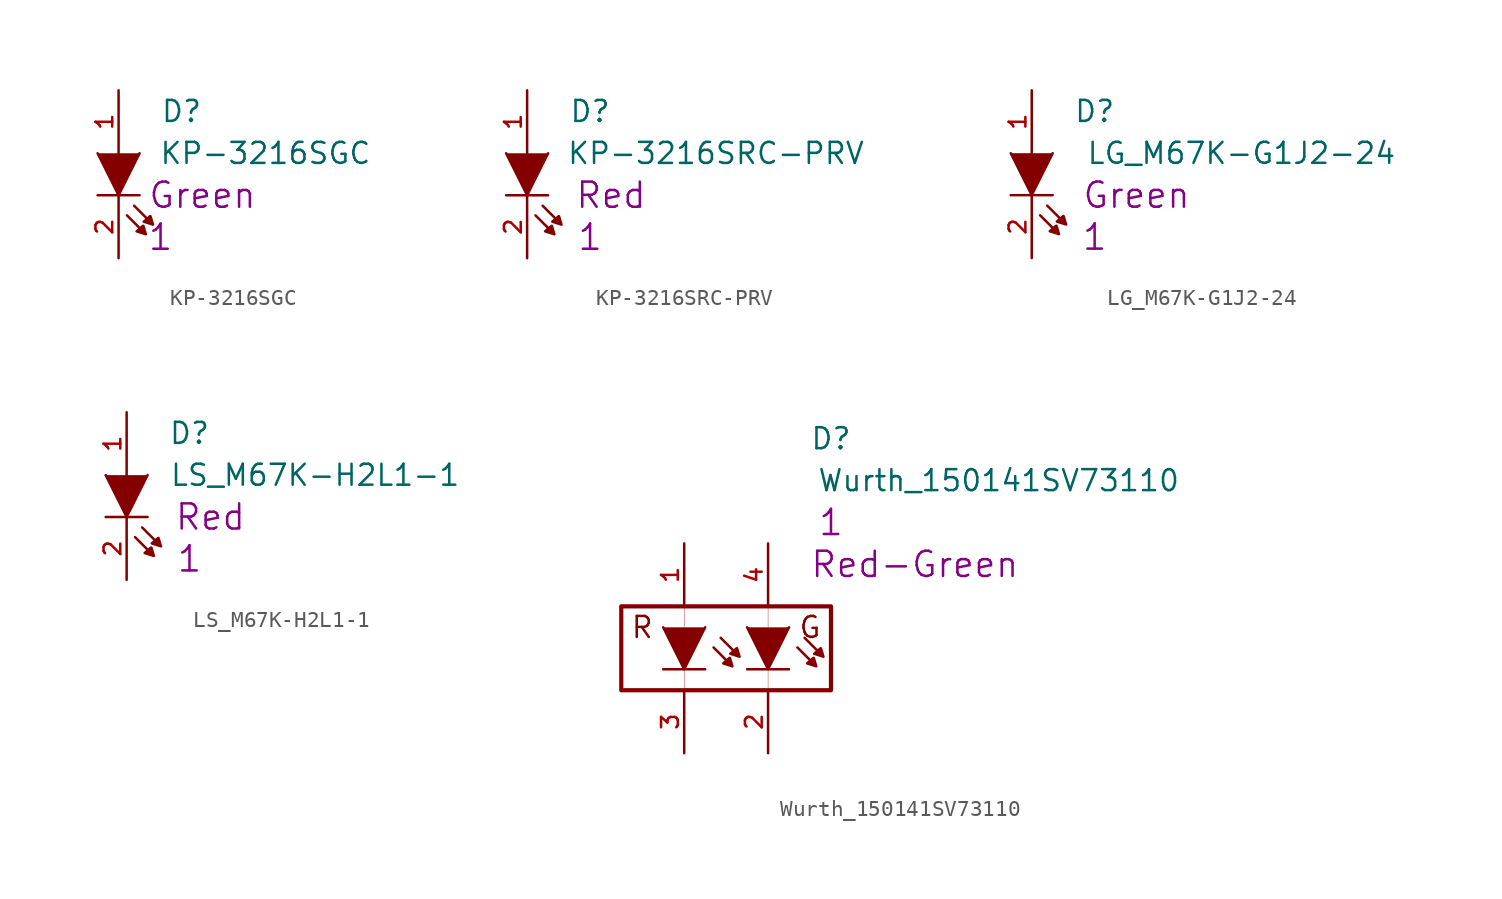
<source format=kicad_sym>
(kicad_symbol_lib
  (version 20201005)
  (generator kicad_symbol_editor)
  (symbol "S_LED:KP-3216SGC"
    (pin_names
      (offset 1.016) hide)
    (property "Reference" "D"
      (at 3.81 -1.27 0)
      (effects (font (size 1.27 1.27))))
    (property "Value" "KP-3216SGC"
      (at 8.89 -3.81 0)
      (effects (font (size 1.27 1.27))))
    (property "Qty" "1"
      (at 2.54 -8.89 0)
      (effects (font (size 1.524 1.524))))
    (property "Desc1" "Green"
      (at 5.08 -6.35 0)
      (effects (font (size 1.524 1.524))))
    (symbol "KP-3216SGC_0_1"
      (polyline (pts (xy 1.27 -6.35) (xy -1.27 -6.35)) (stroke (width 0)) (fill (type none)))
      (polyline (pts (xy 1.295 -8.357) (xy 0.508 -7.569)) (stroke (width 0)) (fill (type none)))
      (polyline (pts (xy 1.727 -7.772) (xy 0.94 -6.985)) (stroke (width 0)) (fill (type none)))
      (polyline (pts (xy 1.27 -3.81) (xy 0 -6.35) (xy -1.27 -3.81)) (stroke (width 0)) (fill (type outline)))
      (polyline (pts (xy 1.499 -8.204) (xy 1.651 -8.712) (xy 1.092 -8.534) (xy 1.473 -8.204)) (stroke (width 0)) (fill (type outline)))
      (polyline (pts (xy 1.93 -7.62) (xy 2.083 -8.128) (xy 1.524 -7.95) (xy 1.905 -7.62)) (stroke (width 0)) (fill (type outline))))
    (symbol "KP-3216SGC_1_1"
      (pin passive line (at 0 0 270) (length 3.81) (name "A" (effects (font (size 1.016 1.016)))) (number "1" (effects (font (size 1.016 1.016)))))
      (pin passive line (at 0 -10.16 90) (length 3.81) (name "K" (effects (font (size 1.016 1.016)))) (number "2" (effects (font (size 1.016 1.016)))))))
  (symbol "S_LED:KP-3216SRC-PRV"
    (pin_names
      (offset 1.016) hide)
    (property "Reference" "D"
      (at 3.81 -1.27 0)
      (effects (font (size 1.27 1.27))))
    (property "Value" "KP-3216SRC-PRV"
      (at 11.43 -3.81 0)
      (effects (font (size 1.27 1.27))))
    (property "Qty" "1"
      (at 3.81 -8.89 0)
      (effects (font (size 1.524 1.524))))
    (property "Desc1" "Red"
      (at 5.08 -6.35 0)
      (effects (font (size 1.524 1.524))))
    (symbol "KP-3216SRC-PRV_0_1"
      (polyline (pts (xy 1.27 -6.35) (xy -1.27 -6.35)) (stroke (width 0)) (fill (type none)))
      (polyline (pts (xy 1.295 -8.357) (xy 0.508 -7.569)) (stroke (width 0)) (fill (type none)))
      (polyline (pts (xy 1.727 -7.772) (xy 0.94 -6.985)) (stroke (width 0)) (fill (type none)))
      (polyline (pts (xy 1.27 -3.81) (xy 0 -6.35) (xy -1.27 -3.81)) (stroke (width 0)) (fill (type outline)))
      (polyline (pts (xy 1.499 -8.204) (xy 1.651 -8.712) (xy 1.092 -8.534) (xy 1.473 -8.204)) (stroke (width 0)) (fill (type outline)))
      (polyline (pts (xy 1.93 -7.62) (xy 2.083 -8.128) (xy 1.524 -7.95) (xy 1.905 -7.62)) (stroke (width 0)) (fill (type outline))))
    (symbol "KP-3216SRC-PRV_1_1"
      (pin passive line (at 0 0 270) (length 3.81) (name "A" (effects (font (size 1.016 1.016)))) (number "1" (effects (font (size 1.016 1.016)))))
      (pin passive line (at 0 -10.16 90) (length 3.81) (name "K" (effects (font (size 1.016 1.016)))) (number "2" (effects (font (size 1.016 1.016)))))))
  (symbol "S_LED:LG_M67K-G1J2-24"
    (pin_names
      (offset 1.016) hide)
    (property "Reference" "D"
      (at 3.81 -1.27 0)
      (effects (font (size 1.27 1.27))))
    (property "Value" "LG_M67K-G1J2-24"
      (at 12.7 -3.81 0)
      (effects (font (size 1.27 1.27))))
    (property "Qty" "1"
      (at 3.81 -8.89 0)
      (effects (font (size 1.524 1.524))))
    (property "Desc1" "Green"
      (at 6.35 -6.35 0)
      (effects (font (size 1.524 1.524))))
    (symbol "LG_M67K-G1J2-24_0_1"
      (polyline (pts (xy 1.27 -6.35) (xy -1.27 -6.35)) (stroke (width 0)) (fill (type none)))
      (polyline (pts (xy 1.295 -8.357) (xy 0.508 -7.569)) (stroke (width 0)) (fill (type none)))
      (polyline (pts (xy 1.727 -7.772) (xy 0.94 -6.985)) (stroke (width 0)) (fill (type none)))
      (polyline (pts (xy 1.27 -3.81) (xy 0 -6.35) (xy -1.27 -3.81)) (stroke (width 0)) (fill (type outline)))
      (polyline (pts (xy 1.499 -8.204) (xy 1.651 -8.712) (xy 1.092 -8.534) (xy 1.473 -8.204)) (stroke (width 0)) (fill (type outline)))
      (polyline (pts (xy 1.93 -7.62) (xy 2.083 -8.128) (xy 1.524 -7.95) (xy 1.905 -7.62)) (stroke (width 0)) (fill (type outline))))
    (symbol "LG_M67K-G1J2-24_1_1"
      (pin passive line (at 0 0 270) (length 3.81) (name "A" (effects (font (size 1.016 1.016)))) (number "1" (effects (font (size 1.016 1.016)))))
      (pin passive line (at 0 -10.16 90) (length 3.81) (name "K" (effects (font (size 1.016 1.016)))) (number "2" (effects (font (size 1.016 1.016)))))))
  (symbol "S_LED:LS_M67K-H2L1-1"
    (pin_names
      (offset 1.016) hide)
    (property "Reference" "D"
      (at 3.81 -1.27 0)
      (effects (font (size 1.27 1.27))))
    (property "Value" "LS_M67K-H2L1-1"
      (at 11.43 -3.81 0)
      (effects (font (size 1.27 1.27))))
    (property "Qty" "1"
      (at 3.81 -8.89 0)
      (effects (font (size 1.524 1.524))))
    (property "Desc1" "Red"
      (at 5.08 -6.35 0)
      (effects (font (size 1.524 1.524))))
    (symbol "LS_M67K-H2L1-1_0_1"
      (polyline (pts (xy 1.27 -6.35) (xy -1.27 -6.35)) (stroke (width 0)) (fill (type none)))
      (polyline (pts (xy 1.295 -8.357) (xy 0.508 -7.569)) (stroke (width 0)) (fill (type none)))
      (polyline (pts (xy 1.727 -7.772) (xy 0.94 -6.985)) (stroke (width 0)) (fill (type none)))
      (polyline (pts (xy 1.27 -3.81) (xy 0 -6.35) (xy -1.27 -3.81)) (stroke (width 0)) (fill (type outline)))
      (polyline (pts (xy 1.499 -8.204) (xy 1.651 -8.712) (xy 1.092 -8.534) (xy 1.473 -8.204)) (stroke (width 0)) (fill (type outline)))
      (polyline (pts (xy 1.93 -7.62) (xy 2.083 -8.128) (xy 1.524 -7.95) (xy 1.905 -7.62)) (stroke (width 0)) (fill (type outline))))
    (symbol "LS_M67K-H2L1-1_1_1"
      (pin passive line (at 0 0 270) (length 3.81) (name "A" (effects (font (size 1.016 1.016)))) (number "1" (effects (font (size 1.016 1.016)))))
      (pin passive line (at 0 -10.16 90) (length 3.81) (name "K" (effects (font (size 1.016 1.016)))) (number "2" (effects (font (size 1.016 1.016)))))))
  (symbol "S_LED:Wurth_150141SV73110"
    (pin_names
      (offset 1.016) hide)
    (property "Reference" "D"
      (at 8.89 6.35 0)
      (effects (font (size 1.27 1.27))))
    (property "Value" "Wurth_150141SV73110"
      (at 19.05 3.81 0)
      (effects (font (size 1.27 1.27))))
    (property "Qty" "1"
      (at 8.89 1.27 0)
      (effects (font (size 1.524 1.524))))
    (property "Desc1" "Red-Green"
      (at 13.97 -1.27 0)
      (effects (font (size 1.524 1.524))))
    (symbol "Wurth_150141SV73110_0_0"
      (text "R" (at -2.54 -5.08 0) (effects (font (size 1.27 1.27))))
      (text "G" (at 7.62 -5.08 0) (effects (font (size 1.27 1.27)))))
    (symbol "Wurth_150141SV73110_0_1"
      (rectangle (start -3.81 -3.81) (end 8.89 -8.89) (stroke (width 0.254)) (fill (type none)))
      (polyline (pts (xy 1.27 -7.62) (xy -1.27 -7.62)) (stroke (width 0)) (fill (type none)))
      (polyline (pts (xy 2.565 -7.087) (xy 1.778 -6.299)) (stroke (width 0)) (fill (type none)))
      (polyline (pts (xy 2.997 -6.502) (xy 2.21 -5.715)) (stroke (width 0)) (fill (type none)))
      (polyline (pts (xy 1.27 -5.08) (xy 0 -7.62) (xy -1.27 -5.08)) (stroke (width 0)) (fill (type outline)))
      (polyline (pts (xy 2.769 -6.934) (xy 2.921 -7.442) (xy 2.362 -7.264) (xy 2.743 -6.934)) (stroke (width 0)) (fill (type outline)))
      (polyline (pts (xy 3.2 -6.35) (xy 3.353 -6.858) (xy 2.794 -6.68) (xy 3.175 -6.35)) (stroke (width 0)) (fill (type outline)))
      (polyline (pts (xy 6.35 -7.62) (xy 3.81 -7.62)) (stroke (width 0)) (fill (type none)))
      (polyline (pts (xy 7.645 -7.087) (xy 6.858 -6.299)) (stroke (width 0)) (fill (type none)))
      (polyline (pts (xy 8.077 -6.502) (xy 7.29 -5.715)) (stroke (width 0)) (fill (type none)))
      (polyline (pts (xy 6.35 -5.08) (xy 5.08 -7.62) (xy 3.81 -5.08)) (stroke (width 0)) (fill (type outline)))
      (polyline (pts (xy 7.849 -6.934) (xy 8.001 -7.442) (xy 7.442 -7.264) (xy 7.823 -6.934)) (stroke (width 0)) (fill (type outline)))
      (polyline (pts (xy 8.28 -6.35) (xy 8.433 -6.858) (xy 7.874 -6.68) (xy 8.255 -6.35)) (stroke (width 0)) (fill (type outline)))
      (polyline (pts (xy 5.08 -3.81) (xy 5.08 -5.08)) (stroke (width 0.001)) (fill (type none)))
      (polyline (pts (xy 0 -3.81) (xy 0 -5.08)) (stroke (width 0.001)) (fill (type none)))
      (polyline (pts (xy 5.08 -7.62) (xy 5.08 -8.89)) (stroke (width 0.001)) (fill (type none)))
      (polyline (pts (xy 0 -7.62) (xy 0 -8.89)) (stroke (width 0.001)) (fill (type none))))
    (symbol "Wurth_150141SV73110_1_1"
      (pin passive line (at 0 0 270) (length 3.81) (name "A" (effects (font (size 1.016 1.016)))) (number "1" (effects (font (size 1.016 1.016)))))
      (pin passive line (at 0 -12.7 90) (length 3.81) (name "K" (effects (font (size 1.016 1.016)))) (number "3" (effects (font (size 1.016 1.016)))))
      (pin passive line (at 5.08 0 270) (length 3.81) (name "A" (effects (font (size 1.016 1.016)))) (number "4" (effects (font (size 1.016 1.016)))))
      (pin passive line (at 5.08 -12.7 90) (length 3.81) (name "K" (effects (font (size 1.016 1.016)))) (number "2" (effects (font (size 1.016 1.016))))))))
</source>
